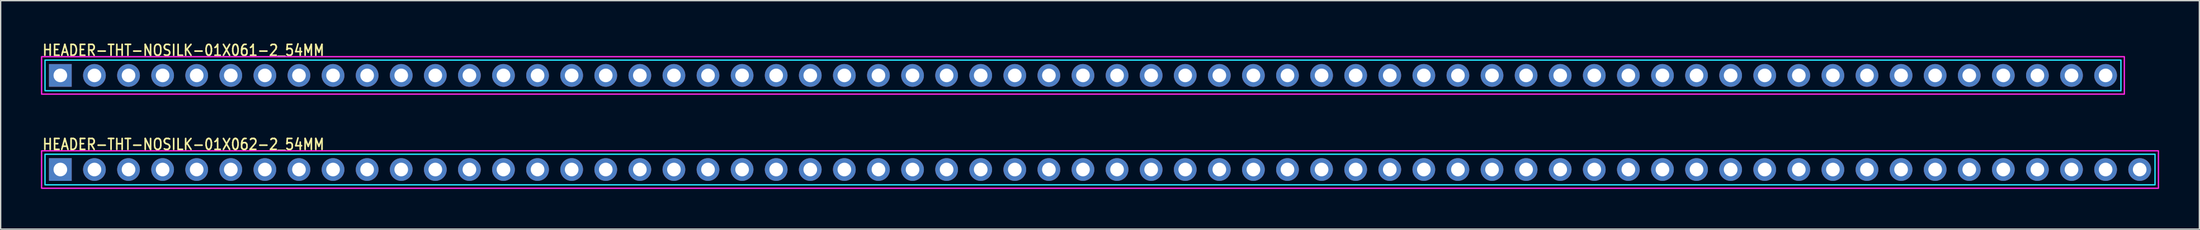
<source format=kicad_pcb>
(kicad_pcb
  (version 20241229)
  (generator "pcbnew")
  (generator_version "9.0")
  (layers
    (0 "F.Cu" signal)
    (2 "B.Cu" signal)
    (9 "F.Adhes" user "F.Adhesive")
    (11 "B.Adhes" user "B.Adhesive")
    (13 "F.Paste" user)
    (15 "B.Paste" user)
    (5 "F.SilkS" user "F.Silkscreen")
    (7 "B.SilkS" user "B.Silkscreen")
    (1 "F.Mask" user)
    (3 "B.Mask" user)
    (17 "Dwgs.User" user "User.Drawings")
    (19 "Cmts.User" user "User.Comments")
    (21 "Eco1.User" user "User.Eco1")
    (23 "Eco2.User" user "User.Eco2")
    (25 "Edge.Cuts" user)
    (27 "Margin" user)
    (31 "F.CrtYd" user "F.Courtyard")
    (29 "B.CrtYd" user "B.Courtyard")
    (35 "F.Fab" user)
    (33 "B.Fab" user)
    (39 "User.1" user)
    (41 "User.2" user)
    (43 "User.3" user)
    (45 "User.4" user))
  (footprint "HEADER-THT-NOSILK-01X061-2_54MM"
    (layer "F.Cu")
    (at 1.447 2.579)
    (property "Reference" "HEADER-THT-NOSILK-01X061-2_54MM" (at -1.4 -1.4 0) (unlocked yes) (layer "F.SilkS") (effects (font (size 0.813 0.695) (thickness 0.122)) (justify left bottom)))
    (fp_poly (pts (xy -1.143 -1.143) (xy 153.543 -1.143) (xy 153.543 1.143) (xy -1.143 1.143)) (stroke (width 0.1) (type solid)) (fill no) (layer "B.CrtYd"))
    (fp_poly (pts (xy -1.397 -1.397) (xy 153.797 -1.397) (xy 153.797 1.397) (xy -1.397 1.397)) (stroke (width 0.1) (type solid)) (fill no) (layer "F.CrtYd"))
    (pad "1" thru_hole rect (at 0 0) (size 1.693 1.693) (drill 1.016) (layers "*.Cu" "*.Mask"))
    (pad "2" thru_hole oval (at 2.54 0) (size 1.693 1.693) (drill 1.016) (layers "*.Cu" "*.Mask"))
    (pad "3" thru_hole oval (at 5.08 0) (size 1.693 1.693) (drill 1.016) (layers "*.Cu" "*.Mask"))
    (pad "4" thru_hole oval (at 7.62 0) (size 1.693 1.693) (drill 1.016) (layers "*.Cu" "*.Mask"))
    (pad "5" thru_hole oval (at 10.16 0) (size 1.693 1.693) (drill 1.016) (layers "*.Cu" "*.Mask"))
    (pad "6" thru_hole oval (at 12.7 0) (size 1.693 1.693) (drill 1.016) (layers "*.Cu" "*.Mask"))
    (pad "7" thru_hole oval (at 15.24 0) (size 1.693 1.693) (drill 1.016) (layers "*.Cu" "*.Mask"))
    (pad "8" thru_hole oval (at 17.78 0) (size 1.693 1.693) (drill 1.016) (layers "*.Cu" "*.Mask"))
    (pad "9" thru_hole oval (at 20.32 0) (size 1.693 1.693) (drill 1.016) (layers "*.Cu" "*.Mask"))
    (pad "10" thru_hole oval (at 22.86 0) (size 1.693 1.693) (drill 1.016) (layers "*.Cu" "*.Mask"))
    (pad "11" thru_hole oval (at 25.4 0) (size 1.693 1.693) (drill 1.016) (layers "*.Cu" "*.Mask"))
    (pad "12" thru_hole oval (at 27.94 0) (size 1.693 1.693) (drill 1.016) (layers "*.Cu" "*.Mask"))
    (pad "13" thru_hole oval (at 30.48 0) (size 1.693 1.693) (drill 1.016) (layers "*.Cu" "*.Mask"))
    (pad "14" thru_hole oval (at 33.02 0) (size 1.693 1.693) (drill 1.016) (layers "*.Cu" "*.Mask"))
    (pad "15" thru_hole oval (at 35.56 0) (size 1.693 1.693) (drill 1.016) (layers "*.Cu" "*.Mask"))
    (pad "16" thru_hole oval (at 38.1 0) (size 1.693 1.693) (drill 1.016) (layers "*.Cu" "*.Mask"))
    (pad "17" thru_hole oval (at 40.64 0) (size 1.693 1.693) (drill 1.016) (layers "*.Cu" "*.Mask"))
    (pad "18" thru_hole oval (at 43.18 0) (size 1.693 1.693) (drill 1.016) (layers "*.Cu" "*.Mask"))
    (pad "19" thru_hole oval (at 45.72 0) (size 1.693 1.693) (drill 1.016) (layers "*.Cu" "*.Mask"))
    (pad "20" thru_hole oval (at 48.26 0) (size 1.693 1.693) (drill 1.016) (layers "*.Cu" "*.Mask"))
    (pad "21" thru_hole oval (at 50.8 0) (size 1.693 1.693) (drill 1.016) (layers "*.Cu" "*.Mask"))
    (pad "22" thru_hole oval (at 53.34 0) (size 1.693 1.693) (drill 1.016) (layers "*.Cu" "*.Mask"))
    (pad "23" thru_hole oval (at 55.88 0) (size 1.693 1.693) (drill 1.016) (layers "*.Cu" "*.Mask"))
    (pad "24" thru_hole oval (at 58.42 0) (size 1.693 1.693) (drill 1.016) (layers "*.Cu" "*.Mask"))
    (pad "25" thru_hole oval (at 60.96 0) (size 1.693 1.693) (drill 1.016) (layers "*.Cu" "*.Mask"))
    (pad "26" thru_hole oval (at 63.5 0) (size 1.693 1.693) (drill 1.016) (layers "*.Cu" "*.Mask"))
    (pad "27" thru_hole oval (at 66.04 0) (size 1.693 1.693) (drill 1.016) (layers "*.Cu" "*.Mask"))
    (pad "28" thru_hole oval (at 68.58 0) (size 1.693 1.693) (drill 1.016) (layers "*.Cu" "*.Mask"))
    (pad "29" thru_hole oval (at 71.12 0) (size 1.693 1.693) (drill 1.016) (layers "*.Cu" "*.Mask"))
    (pad "30" thru_hole oval (at 73.66 0) (size 1.693 1.693) (drill 1.016) (layers "*.Cu" "*.Mask"))
    (pad "31" thru_hole oval (at 76.2 0) (size 1.693 1.693) (drill 1.016) (layers "*.Cu" "*.Mask"))
    (pad "32" thru_hole oval (at 78.74 0) (size 1.693 1.693) (drill 1.016) (layers "*.Cu" "*.Mask"))
    (pad "33" thru_hole oval (at 81.28 0) (size 1.693 1.693) (drill 1.016) (layers "*.Cu" "*.Mask"))
    (pad "34" thru_hole oval (at 83.82 0) (size 1.693 1.693) (drill 1.016) (layers "*.Cu" "*.Mask"))
    (pad "35" thru_hole oval (at 86.36 0) (size 1.693 1.693) (drill 1.016) (layers "*.Cu" "*.Mask"))
    (pad "36" thru_hole oval (at 88.9 0) (size 1.693 1.693) (drill 1.016) (layers "*.Cu" "*.Mask"))
    (pad "37" thru_hole oval (at 91.44 0) (size 1.693 1.693) (drill 1.016) (layers "*.Cu" "*.Mask"))
    (pad "38" thru_hole oval (at 93.98 0) (size 1.693 1.693) (drill 1.016) (layers "*.Cu" "*.Mask"))
    (pad "39" thru_hole oval (at 96.52 0) (size 1.693 1.693) (drill 1.016) (layers "*.Cu" "*.Mask"))
    (pad "40" thru_hole oval (at 99.06 0) (size 1.693 1.693) (drill 1.016) (layers "*.Cu" "*.Mask"))
    (pad "41" thru_hole oval (at 101.6 0) (size 1.693 1.693) (drill 1.016) (layers "*.Cu" "*.Mask"))
    (pad "42" thru_hole oval (at 104.14 0) (size 1.693 1.693) (drill 1.016) (layers "*.Cu" "*.Mask"))
    (pad "43" thru_hole oval (at 106.68 0) (size 1.693 1.693) (drill 1.016) (layers "*.Cu" "*.Mask"))
    (pad "44" thru_hole oval (at 109.22 0) (size 1.693 1.693) (drill 1.016) (layers "*.Cu" "*.Mask"))
    (pad "45" thru_hole oval (at 111.76 0) (size 1.693 1.693) (drill 1.016) (layers "*.Cu" "*.Mask"))
    (pad "46" thru_hole oval (at 114.3 0) (size 1.693 1.693) (drill 1.016) (layers "*.Cu" "*.Mask"))
    (pad "47" thru_hole oval (at 116.84 0) (size 1.693 1.693) (drill 1.016) (layers "*.Cu" "*.Mask"))
    (pad "48" thru_hole oval (at 119.38 0) (size 1.693 1.693) (drill 1.016) (layers "*.Cu" "*.Mask"))
    (pad "49" thru_hole oval (at 121.92 0) (size 1.693 1.693) (drill 1.016) (layers "*.Cu" "*.Mask"))
    (pad "50" thru_hole oval (at 124.46 0) (size 1.693 1.693) (drill 1.016) (layers "*.Cu" "*.Mask"))
    (pad "51" thru_hole oval (at 127 0) (size 1.693 1.693) (drill 1.016) (layers "*.Cu" "*.Mask"))
    (pad "52" thru_hole oval (at 129.54 0) (size 1.693 1.693) (drill 1.016) (layers "*.Cu" "*.Mask"))
    (pad "53" thru_hole oval (at 132.08 0) (size 1.693 1.693) (drill 1.016) (layers "*.Cu" "*.Mask"))
    (pad "54" thru_hole oval (at 134.62 0) (size 1.693 1.693) (drill 1.016) (layers "*.Cu" "*.Mask"))
    (pad "55" thru_hole oval (at 137.16 0) (size 1.693 1.693) (drill 1.016) (layers "*.Cu" "*.Mask"))
    (pad "56" thru_hole oval (at 139.7 0) (size 1.693 1.693) (drill 1.016) (layers "*.Cu" "*.Mask"))
    (pad "57" thru_hole oval (at 142.24 0) (size 1.693 1.693) (drill 1.016) (layers "*.Cu" "*.Mask"))
    (pad "58" thru_hole oval (at 144.78 0) (size 1.693 1.693) (drill 1.016) (layers "*.Cu" "*.Mask"))
    (pad "59" thru_hole oval (at 147.32 0) (size 1.693 1.693) (drill 1.016) (layers "*.Cu" "*.Mask"))
    (pad "60" thru_hole oval (at 149.86 0) (size 1.693 1.693) (drill 1.016) (layers "*.Cu" "*.Mask"))
    (pad "61" thru_hole oval (at 152.4 0) (size 1.693 1.693) (drill 1.016) (layers "*.Cu" "*.Mask")))
  (footprint "HEADER-THT-NOSILK-01X062-2_54MM"
    (layer "F.Cu")
    (at 1.447 9.604)
    (property "Reference" "HEADER-THT-NOSILK-01X062-2_54MM" (at -1.4 -1.4 0) (unlocked yes) (layer "F.SilkS") (effects (font (size 0.813 0.695) (thickness 0.122)) (justify left bottom)))
    (fp_poly (pts (xy -1.143 -1.143) (xy 156.083 -1.143) (xy 156.083 1.143) (xy -1.143 1.143)) (stroke (width 0.1) (type solid)) (fill no) (layer "B.CrtYd"))
    (fp_poly (pts (xy -1.397 -1.397) (xy 156.337 -1.397) (xy 156.337 1.397) (xy -1.397 1.397)) (stroke (width 0.1) (type solid)) (fill no) (layer "F.CrtYd"))
    (pad "1" thru_hole rect (at 0 0) (size 1.693 1.693) (drill 1.016) (layers "*.Cu" "*.Mask"))
    (pad "2" thru_hole oval (at 2.54 0) (size 1.693 1.693) (drill 1.016) (layers "*.Cu" "*.Mask"))
    (pad "3" thru_hole oval (at 5.08 0) (size 1.693 1.693) (drill 1.016) (layers "*.Cu" "*.Mask"))
    (pad "4" thru_hole oval (at 7.62 0) (size 1.693 1.693) (drill 1.016) (layers "*.Cu" "*.Mask"))
    (pad "5" thru_hole oval (at 10.16 0) (size 1.693 1.693) (drill 1.016) (layers "*.Cu" "*.Mask"))
    (pad "6" thru_hole oval (at 12.7 0) (size 1.693 1.693) (drill 1.016) (layers "*.Cu" "*.Mask"))
    (pad "7" thru_hole oval (at 15.24 0) (size 1.693 1.693) (drill 1.016) (layers "*.Cu" "*.Mask"))
    (pad "8" thru_hole oval (at 17.78 0) (size 1.693 1.693) (drill 1.016) (layers "*.Cu" "*.Mask"))
    (pad "9" thru_hole oval (at 20.32 0) (size 1.693 1.693) (drill 1.016) (layers "*.Cu" "*.Mask"))
    (pad "10" thru_hole oval (at 22.86 0) (size 1.693 1.693) (drill 1.016) (layers "*.Cu" "*.Mask"))
    (pad "11" thru_hole oval (at 25.4 0) (size 1.693 1.693) (drill 1.016) (layers "*.Cu" "*.Mask"))
    (pad "12" thru_hole oval (at 27.94 0) (size 1.693 1.693) (drill 1.016) (layers "*.Cu" "*.Mask"))
    (pad "13" thru_hole oval (at 30.48 0) (size 1.693 1.693) (drill 1.016) (layers "*.Cu" "*.Mask"))
    (pad "14" thru_hole oval (at 33.02 0) (size 1.693 1.693) (drill 1.016) (layers "*.Cu" "*.Mask"))
    (pad "15" thru_hole oval (at 35.56 0) (size 1.693 1.693) (drill 1.016) (layers "*.Cu" "*.Mask"))
    (pad "16" thru_hole oval (at 38.1 0) (size 1.693 1.693) (drill 1.016) (layers "*.Cu" "*.Mask"))
    (pad "17" thru_hole oval (at 40.64 0) (size 1.693 1.693) (drill 1.016) (layers "*.Cu" "*.Mask"))
    (pad "18" thru_hole oval (at 43.18 0) (size 1.693 1.693) (drill 1.016) (layers "*.Cu" "*.Mask"))
    (pad "19" thru_hole oval (at 45.72 0) (size 1.693 1.693) (drill 1.016) (layers "*.Cu" "*.Mask"))
    (pad "20" thru_hole oval (at 48.26 0) (size 1.693 1.693) (drill 1.016) (layers "*.Cu" "*.Mask"))
    (pad "21" thru_hole oval (at 50.8 0) (size 1.693 1.693) (drill 1.016) (layers "*.Cu" "*.Mask"))
    (pad "22" thru_hole oval (at 53.34 0) (size 1.693 1.693) (drill 1.016) (layers "*.Cu" "*.Mask"))
    (pad "23" thru_hole oval (at 55.88 0) (size 1.693 1.693) (drill 1.016) (layers "*.Cu" "*.Mask"))
    (pad "24" thru_hole oval (at 58.42 0) (size 1.693 1.693) (drill 1.016) (layers "*.Cu" "*.Mask"))
    (pad "25" thru_hole oval (at 60.96 0) (size 1.693 1.693) (drill 1.016) (layers "*.Cu" "*.Mask"))
    (pad "26" thru_hole oval (at 63.5 0) (size 1.693 1.693) (drill 1.016) (layers "*.Cu" "*.Mask"))
    (pad "27" thru_hole oval (at 66.04 0) (size 1.693 1.693) (drill 1.016) (layers "*.Cu" "*.Mask"))
    (pad "28" thru_hole oval (at 68.58 0) (size 1.693 1.693) (drill 1.016) (layers "*.Cu" "*.Mask"))
    (pad "29" thru_hole oval (at 71.12 0) (size 1.693 1.693) (drill 1.016) (layers "*.Cu" "*.Mask"))
    (pad "30" thru_hole oval (at 73.66 0) (size 1.693 1.693) (drill 1.016) (layers "*.Cu" "*.Mask"))
    (pad "31" thru_hole oval (at 76.2 0) (size 1.693 1.693) (drill 1.016) (layers "*.Cu" "*.Mask"))
    (pad "32" thru_hole oval (at 78.74 0) (size 1.693 1.693) (drill 1.016) (layers "*.Cu" "*.Mask"))
    (pad "33" thru_hole oval (at 81.28 0) (size 1.693 1.693) (drill 1.016) (layers "*.Cu" "*.Mask"))
    (pad "34" thru_hole oval (at 83.82 0) (size 1.693 1.693) (drill 1.016) (layers "*.Cu" "*.Mask"))
    (pad "35" thru_hole oval (at 86.36 0) (size 1.693 1.693) (drill 1.016) (layers "*.Cu" "*.Mask"))
    (pad "36" thru_hole oval (at 88.9 0) (size 1.693 1.693) (drill 1.016) (layers "*.Cu" "*.Mask"))
    (pad "37" thru_hole oval (at 91.44 0) (size 1.693 1.693) (drill 1.016) (layers "*.Cu" "*.Mask"))
    (pad "38" thru_hole oval (at 93.98 0) (size 1.693 1.693) (drill 1.016) (layers "*.Cu" "*.Mask"))
    (pad "39" thru_hole oval (at 96.52 0) (size 1.693 1.693) (drill 1.016) (layers "*.Cu" "*.Mask"))
    (pad "40" thru_hole oval (at 99.06 0) (size 1.693 1.693) (drill 1.016) (layers "*.Cu" "*.Mask"))
    (pad "41" thru_hole oval (at 101.6 0) (size 1.693 1.693) (drill 1.016) (layers "*.Cu" "*.Mask"))
    (pad "42" thru_hole oval (at 104.14 0) (size 1.693 1.693) (drill 1.016) (layers "*.Cu" "*.Mask"))
    (pad "43" thru_hole oval (at 106.68 0) (size 1.693 1.693) (drill 1.016) (layers "*.Cu" "*.Mask"))
    (pad "44" thru_hole oval (at 109.22 0) (size 1.693 1.693) (drill 1.016) (layers "*.Cu" "*.Mask"))
    (pad "45" thru_hole oval (at 111.76 0) (size 1.693 1.693) (drill 1.016) (layers "*.Cu" "*.Mask"))
    (pad "46" thru_hole oval (at 114.3 0) (size 1.693 1.693) (drill 1.016) (layers "*.Cu" "*.Mask"))
    (pad "47" thru_hole oval (at 116.84 0) (size 1.693 1.693) (drill 1.016) (layers "*.Cu" "*.Mask"))
    (pad "48" thru_hole oval (at 119.38 0) (size 1.693 1.693) (drill 1.016) (layers "*.Cu" "*.Mask"))
    (pad "49" thru_hole oval (at 121.92 0) (size 1.693 1.693) (drill 1.016) (layers "*.Cu" "*.Mask"))
    (pad "50" thru_hole oval (at 124.46 0) (size 1.693 1.693) (drill 1.016) (layers "*.Cu" "*.Mask"))
    (pad "51" thru_hole oval (at 127 0) (size 1.693 1.693) (drill 1.016) (layers "*.Cu" "*.Mask"))
    (pad "52" thru_hole oval (at 129.54 0) (size 1.693 1.693) (drill 1.016) (layers "*.Cu" "*.Mask"))
    (pad "53" thru_hole oval (at 132.08 0) (size 1.693 1.693) (drill 1.016) (layers "*.Cu" "*.Mask"))
    (pad "54" thru_hole oval (at 134.62 0) (size 1.693 1.693) (drill 1.016) (layers "*.Cu" "*.Mask"))
    (pad "55" thru_hole oval (at 137.16 0) (size 1.693 1.693) (drill 1.016) (layers "*.Cu" "*.Mask"))
    (pad "56" thru_hole oval (at 139.7 0) (size 1.693 1.693) (drill 1.016) (layers "*.Cu" "*.Mask"))
    (pad "57" thru_hole oval (at 142.24 0) (size 1.693 1.693) (drill 1.016) (layers "*.Cu" "*.Mask"))
    (pad "58" thru_hole oval (at 144.78 0) (size 1.693 1.693) (drill 1.016) (layers "*.Cu" "*.Mask"))
    (pad "59" thru_hole oval (at 147.32 0) (size 1.693 1.693) (drill 1.016) (layers "*.Cu" "*.Mask"))
    (pad "60" thru_hole oval (at 149.86 0) (size 1.693 1.693) (drill 1.016) (layers "*.Cu" "*.Mask"))
    (pad "61" thru_hole oval (at 152.4 0) (size 1.693 1.693) (drill 1.016) (layers "*.Cu" "*.Mask"))
    (pad "62" thru_hole oval (at 154.94 0) (size 1.693 1.693) (drill 1.016) (layers "*.Cu" "*.Mask")))
  (gr_rect
    (start -3 -3)
    (end 160.834 14.051)
    (stroke (width 0.1) (type default))
    (fill no)
    (layer "Edge.Cuts")))
</source>
